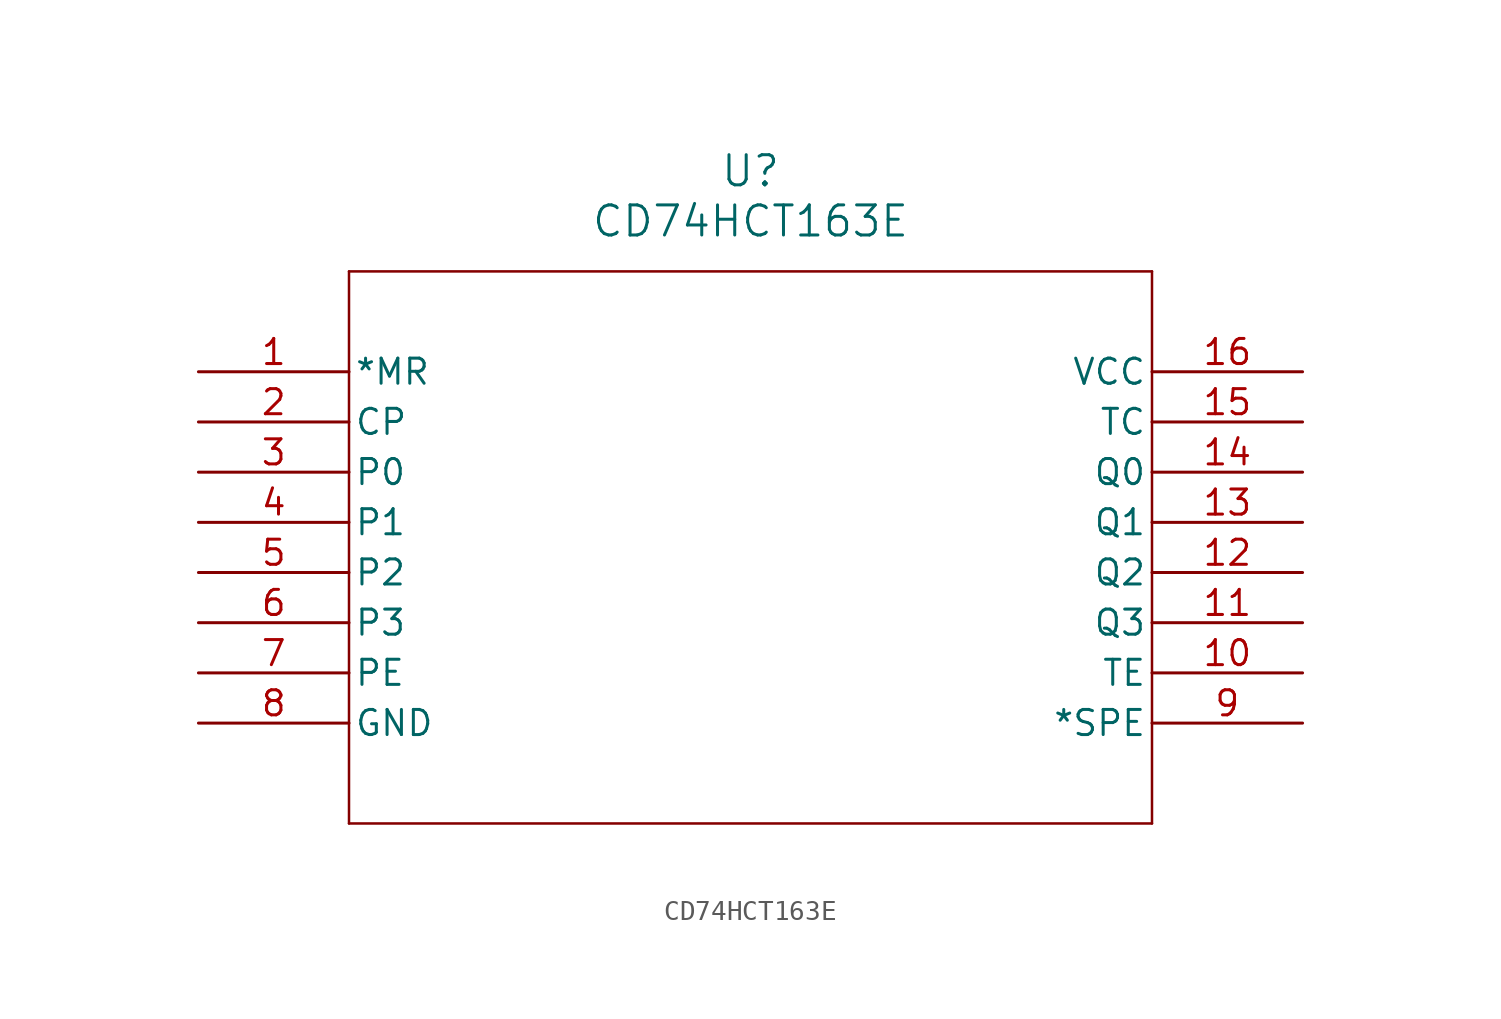
<source format=kicad_sym>
(kicad_symbol_lib
  (version 20211014)
  (generator kicad_symbol_editor)
  (symbol "CD74HCT163E"
    (pin_names
      (offset 0.254))
    (property "Reference" "U"
      (at 27.94 10.16 0)
      (effects (font (size 1.524 1.524))))
    (property "Value" "CD74HCT163E"
      (at 27.94 7.62 0)
      (effects (font (size 1.524 1.524))))
    (symbol "CD74HCT163E_0_1"
      (polyline (pts (xy 7.62 5.08) (xy 7.62 -22.86)) (stroke (width 0.127) (type default) (color 0 0 0 0)) (fill (type none)))
      (polyline (pts (xy 7.62 -22.86) (xy 48.26 -22.86)) (stroke (width 0.127) (type default) (color 0 0 0 0)) (fill (type none)))
      (polyline (pts (xy 48.26 -22.86) (xy 48.26 5.08)) (stroke (width 0.127) (type default) (color 0 0 0 0)) (fill (type none)))
      (polyline (pts (xy 48.26 5.08) (xy 7.62 5.08)) (stroke (width 0.127) (type default) (color 0 0 0 0)) (fill (type none)))
      (pin input line (at 0 0 0) (length 7.62) (name "*MR" (effects (font (size 1.27 1.27)))) (number "1" (effects (font (size 1.27 1.27)))))
      (pin input line (at 0 -2.54 0) (length 7.62) (name "CP" (effects (font (size 1.27 1.27)))) (number "2" (effects (font (size 1.27 1.27)))))
      (pin input line (at 0 -5.08 0) (length 7.62) (name "P0" (effects (font (size 1.27 1.27)))) (number "3" (effects (font (size 1.27 1.27)))))
      (pin input line (at 0 -7.62 0) (length 7.62) (name "P1" (effects (font (size 1.27 1.27)))) (number "4" (effects (font (size 1.27 1.27)))))
      (pin input line (at 0 -10.16 0) (length 7.62) (name "P2" (effects (font (size 1.27 1.27)))) (number "5" (effects (font (size 1.27 1.27)))))
      (pin input line (at 0 -12.7 0) (length 7.62) (name "P3" (effects (font (size 1.27 1.27)))) (number "6" (effects (font (size 1.27 1.27)))))
      (pin input line (at 0 -15.24 0) (length 7.62) (name "PE" (effects (font (size 1.27 1.27)))) (number "7" (effects (font (size 1.27 1.27)))))
      (pin power_in line (at 0 -17.78 0) (length 7.62) (name "GND" (effects (font (size 1.27 1.27)))) (number "8" (effects (font (size 1.27 1.27)))))
      (pin input line (at 55.88 -17.78 180) (length 7.62) (name "*SPE" (effects (font (size 1.27 1.27)))) (number "9" (effects (font (size 1.27 1.27)))))
      (pin input line (at 55.88 -15.24 180) (length 7.62) (name "TE" (effects (font (size 1.27 1.27)))) (number "10" (effects (font (size 1.27 1.27)))))
      (pin output line (at 55.88 -12.7 180) (length 7.62) (name "Q3" (effects (font (size 1.27 1.27)))) (number "11" (effects (font (size 1.27 1.27)))))
      (pin output line (at 55.88 -10.16 180) (length 7.62) (name "Q2" (effects (font (size 1.27 1.27)))) (number "12" (effects (font (size 1.27 1.27)))))
      (pin output line (at 55.88 -7.62 180) (length 7.62) (name "Q1" (effects (font (size 1.27 1.27)))) (number "13" (effects (font (size 1.27 1.27)))))
      (pin output line (at 55.88 -5.08 180) (length 7.62) (name "Q0" (effects (font (size 1.27 1.27)))) (number "14" (effects (font (size 1.27 1.27)))))
      (pin input line (at 55.88 -2.54 180) (length 7.62) (name "TC" (effects (font (size 1.27 1.27)))) (number "15" (effects (font (size 1.27 1.27)))))
      (pin power_in line (at 55.88 0 180) (length 7.62) (name "VCC" (effects (font (size 1.27 1.27)))) (number "16" (effects (font (size 1.27 1.27))))))))
</source>
